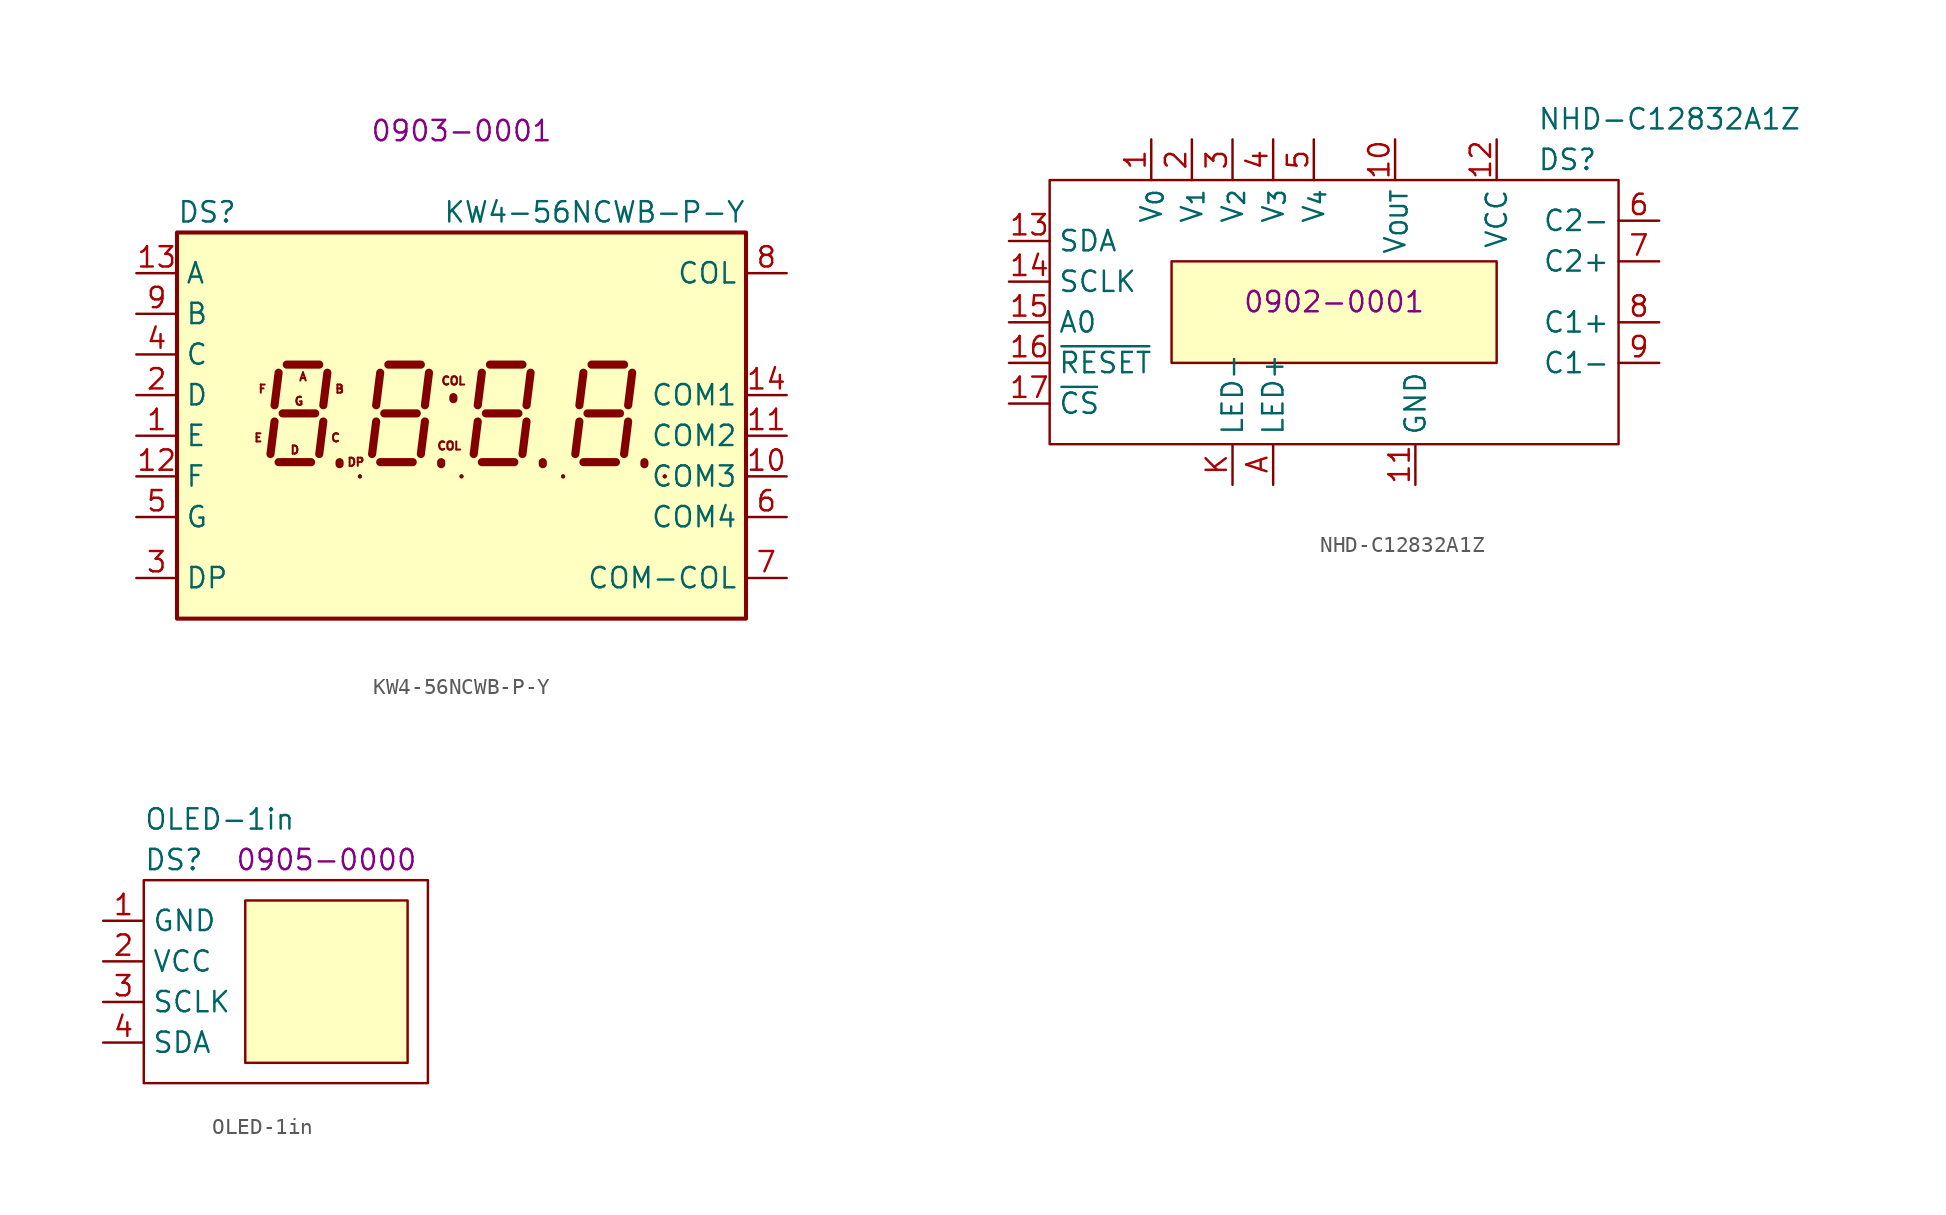
<source format=kicad_sym>
(kicad_symbol_lib
  (version 20211014)
  (generator kicad_symbol_editor)
  (symbol "KW4-56NCWB-P-Y"
    (property "Reference" "DS"
      (at -17.78 12.7 0)
      (effects (font (size 1.27 1.27)) (justify left)))
    (property "Value" "KW4-56NCWB-P-Y"
      (at 17.78 12.7 0)
      (effects (font (size 1.27 1.27)) (justify right)))
    (property "PartNumber" "0903-0001"
      (at 0 17.78 0)
      (effects (font (size 1.27 1.27))))
    (symbol "KW4-56NCWB-P-Y_0_0"
      (pin input line (at 20.32 -3.81 180) (length 2.54) (name "COM3" (effects (font (size 1.27 1.27)))) (number "10" (effects (font (size 1.27 1.27)))))
      (pin input line (at -20.32 -3.81 0) (length 2.54) (name "F" (effects (font (size 1.27 1.27)))) (number "12" (effects (font (size 1.27 1.27)))))
      (pin input line (at -20.32 8.89 0) (length 2.54) (name "A" (effects (font (size 1.27 1.27)))) (number "13" (effects (font (size 1.27 1.27))))))
    (symbol "KW4-56NCWB-P-Y_0_1"
      (rectangle (start -17.78 11.43) (end 17.78 -12.7) (stroke (width 0.254) (type default) (color 0 0 0 0)) (fill (type background)))
      (rectangle (start -6.35 -3.81) (end -6.35 -3.81) (stroke (width 0.254) (type default) (color 0 0 0 0)) (fill (type none)))
      (rectangle (start 0 -3.81) (end 0 -3.81) (stroke (width 0.254) (type default) (color 0 0 0 0)) (fill (type none)))
      (polyline (pts (xy -6.35 -3.81) (xy -6.35 -3.81)) (stroke (width 0.254) (type default) (color 0 0 0 0)) (fill (type none)))
      (polyline (pts (xy 0 -3.81) (xy 0 -3.81)) (stroke (width 0.254) (type default) (color 0 0 0 0)) (fill (type none)))
      (polyline (pts (xy 6.35 -3.81) (xy 6.35 -3.81)) (stroke (width 0.254) (type default) (color 0 0 0 0)) (fill (type none)))
      (polyline (pts (xy 12.7 -3.81) (xy 12.7 -3.81)) (stroke (width 0.254) (type default) (color 0 0 0 0)) (fill (type none)))
      (rectangle (start 6.35 -3.81) (end 6.35 -3.81) (stroke (width 0.254) (type default) (color 0 0 0 0)) (fill (type none)))
      (rectangle (start 12.7 -3.81) (end 12.7 -3.81) (stroke (width 0.254) (type default) (color 0 0 0 0)) (fill (type none))))
    (symbol "KW4-56NCWB-P-Y_1_0"
      (text "A" (at -9.906 2.413 0) (effects (font (size 0.508 0.508))))
      (text "B" (at -7.62 1.651 0) (effects (font (size 0.508 0.508))))
      (text "C" (at -7.874 -1.397 0) (effects (font (size 0.508 0.508))))
      (text "COL" (at -0.762 -1.905 0) (effects (font (size 0.508 0.508))))
      (text "COL" (at -0.508 2.159 0) (effects (font (size 0.508 0.508))))
      (text "D" (at -10.414 -2.159 0) (effects (font (size 0.508 0.508))))
      (text "DP" (at -6.604 -2.921 0) (effects (font (size 0.508 0.508))))
      (text "E" (at -12.7 -1.397 0) (effects (font (size 0.508 0.508))))
      (text "F" (at -12.446 1.651 0) (effects (font (size 0.508 0.508))))
      (text "G" (at -10.16 0.889 0) (effects (font (size 0.508 0.508)))))
    (symbol "KW4-56NCWB-P-Y_1_1"
      (polyline (pts (xy -11.684 -0.381) (xy -11.938 -2.413)) (stroke (width 0.508) (type default) (color 0 0 0 0)) (fill (type none)))
      (polyline (pts (xy -11.43 -2.921) (xy -9.398 -2.921)) (stroke (width 0.508) (type default) (color 0 0 0 0)) (fill (type none)))
      (polyline (pts (xy -11.43 2.667) (xy -11.684 0.635)) (stroke (width 0.508) (type default) (color 0 0 0 0)) (fill (type none)))
      (polyline (pts (xy -11.176 0.127) (xy -9.144 0.127)) (stroke (width 0.508) (type default) (color 0 0 0 0)) (fill (type none)))
      (polyline (pts (xy -10.922 3.175) (xy -8.89 3.175)) (stroke (width 0.508) (type default) (color 0 0 0 0)) (fill (type none)))
      (polyline (pts (xy -8.636 -0.381) (xy -8.89 -2.413)) (stroke (width 0.508) (type default) (color 0 0 0 0)) (fill (type none)))
      (polyline (pts (xy -8.382 2.667) (xy -8.636 0.635)) (stroke (width 0.508) (type default) (color 0 0 0 0)) (fill (type none)))
      (polyline (pts (xy -7.62 -3.048) (xy -7.62 -2.921)) (stroke (width 0.508) (type default) (color 0 0 0 0)) (fill (type none)))
      (polyline (pts (xy -5.334 -0.381) (xy -5.588 -2.413)) (stroke (width 0.508) (type default) (color 0 0 0 0)) (fill (type none)))
      (polyline (pts (xy -5.08 -2.921) (xy -3.048 -2.921)) (stroke (width 0.508) (type default) (color 0 0 0 0)) (fill (type none)))
      (polyline (pts (xy -5.08 2.667) (xy -5.334 0.635)) (stroke (width 0.508) (type default) (color 0 0 0 0)) (fill (type none)))
      (polyline (pts (xy -4.826 0.127) (xy -2.794 0.127)) (stroke (width 0.508) (type default) (color 0 0 0 0)) (fill (type none)))
      (polyline (pts (xy -4.572 3.175) (xy -2.54 3.175)) (stroke (width 0.508) (type default) (color 0 0 0 0)) (fill (type none)))
      (polyline (pts (xy -2.286 -0.381) (xy -2.54 -2.413)) (stroke (width 0.508) (type default) (color 0 0 0 0)) (fill (type none)))
      (polyline (pts (xy -2.032 2.667) (xy -2.286 0.635)) (stroke (width 0.508) (type default) (color 0 0 0 0)) (fill (type none)))
      (polyline (pts (xy -1.27 -3.048) (xy -1.27 -2.921)) (stroke (width 0.508) (type default) (color 0 0 0 0)) (fill (type none)))
      (polyline (pts (xy -0.508 1.016) (xy -0.508 1.143)) (stroke (width 0.508) (type default) (color 0 0 0 0)) (fill (type none)))
      (polyline (pts (xy 1.016 -0.381) (xy 0.762 -2.413)) (stroke (width 0.508) (type default) (color 0 0 0 0)) (fill (type none)))
      (polyline (pts (xy 1.27 -2.921) (xy 3.302 -2.921)) (stroke (width 0.508) (type default) (color 0 0 0 0)) (fill (type none)))
      (polyline (pts (xy 1.27 2.667) (xy 1.016 0.635)) (stroke (width 0.508) (type default) (color 0 0 0 0)) (fill (type none)))
      (polyline (pts (xy 1.524 0.127) (xy 3.556 0.127)) (stroke (width 0.508) (type default) (color 0 0 0 0)) (fill (type none)))
      (polyline (pts (xy 1.778 3.175) (xy 3.81 3.175)) (stroke (width 0.508) (type default) (color 0 0 0 0)) (fill (type none)))
      (polyline (pts (xy 4.064 -0.381) (xy 3.81 -2.413)) (stroke (width 0.508) (type default) (color 0 0 0 0)) (fill (type none)))
      (polyline (pts (xy 4.318 2.667) (xy 4.064 0.635)) (stroke (width 0.508) (type default) (color 0 0 0 0)) (fill (type none)))
      (polyline (pts (xy 5.08 -3.048) (xy 5.08 -2.921)) (stroke (width 0.508) (type default) (color 0 0 0 0)) (fill (type none)))
      (polyline (pts (xy 7.366 -0.381) (xy 7.112 -2.413)) (stroke (width 0.508) (type default) (color 0 0 0 0)) (fill (type none)))
      (polyline (pts (xy 7.62 -2.921) (xy 9.652 -2.921)) (stroke (width 0.508) (type default) (color 0 0 0 0)) (fill (type none)))
      (polyline (pts (xy 7.62 2.667) (xy 7.366 0.635)) (stroke (width 0.508) (type default) (color 0 0 0 0)) (fill (type none)))
      (polyline (pts (xy 7.874 0.127) (xy 9.906 0.127)) (stroke (width 0.508) (type default) (color 0 0 0 0)) (fill (type none)))
      (polyline (pts (xy 8.128 3.175) (xy 10.16 3.175)) (stroke (width 0.508) (type default) (color 0 0 0 0)) (fill (type none)))
      (polyline (pts (xy 10.414 -0.381) (xy 10.16 -2.413)) (stroke (width 0.508) (type default) (color 0 0 0 0)) (fill (type none)))
      (polyline (pts (xy 10.668 2.667) (xy 10.414 0.635)) (stroke (width 0.508) (type default) (color 0 0 0 0)) (fill (type none)))
      (polyline (pts (xy 11.43 -3.048) (xy 11.43 -2.921)) (stroke (width 0.508) (type default) (color 0 0 0 0)) (fill (type none)))
      (pin input line (at -20.32 -1.27 0) (length 2.54) (name "E" (effects (font (size 1.27 1.27)))) (number "1" (effects (font (size 1.27 1.27)))))
      (pin input line (at 20.32 -1.27 180) (length 2.54) (name "COM2" (effects (font (size 1.27 1.27)))) (number "11" (effects (font (size 1.27 1.27)))))
      (pin input line (at 20.32 1.27 180) (length 2.54) (name "COM1" (effects (font (size 1.27 1.27)))) (number "14" (effects (font (size 1.27 1.27)))))
      (pin input line (at -20.32 1.27 0) (length 2.54) (name "D" (effects (font (size 1.27 1.27)))) (number "2" (effects (font (size 1.27 1.27)))))
      (pin input line (at -20.32 -10.16 0) (length 2.54) (name "DP" (effects (font (size 1.27 1.27)))) (number "3" (effects (font (size 1.27 1.27)))))
      (pin input line (at -20.32 3.81 0) (length 2.54) (name "C" (effects (font (size 1.27 1.27)))) (number "4" (effects (font (size 1.27 1.27)))))
      (pin input line (at -20.32 -6.35 0) (length 2.54) (name "G" (effects (font (size 1.27 1.27)))) (number "5" (effects (font (size 1.27 1.27)))))
      (pin input line (at 20.32 -6.35 180) (length 2.54) (name "COM4" (effects (font (size 1.27 1.27)))) (number "6" (effects (font (size 1.27 1.27)))))
      (pin input line (at 20.32 -10.16 180) (length 2.54) (name "COM-COL" (effects (font (size 1.27 1.27)))) (number "7" (effects (font (size 1.27 1.27)))))
      (pin input line (at 20.32 8.89 180) (length 2.54) (name "COL" (effects (font (size 1.27 1.27)))) (number "8" (effects (font (size 1.27 1.27)))))
      (pin input line (at -20.32 6.35 0) (length 2.54) (name "B" (effects (font (size 1.27 1.27)))) (number "9" (effects (font (size 1.27 1.27)))))))
  (symbol "NHD-C12832A1Z"
    (property "Reference" "DS"
      (at 12.7 8.89 0)
      (effects (font (size 1.27 1.27)) (justify left)))
    (property "Value" "NHD-C12832A1Z"
      (at 12.7 11.43 0)
      (effects (font (size 1.27 1.27)) (justify left)))
    (property "PartNumber" "0902-0001"
      (at 0 0 0)
      (effects (font (size 1.27 1.27))))
    (symbol "NHD-C12832A1Z_0_0"
      (pin power_out line (at -11.43 10.16 270) (length 2.54) (name "V_{0}" (effects (font (size 1.27 1.27)))) (number "1" (effects (font (size 1.27 1.27)))))
      (pin power_out line (at 3.81 10.16 270) (length 2.54) (name "V_{OUT}" (effects (font (size 1.27 1.27)))) (number "10" (effects (font (size 1.27 1.27)))))
      (pin power_in line (at 5.08 -11.43 90) (length 2.54) (name "GND" (effects (font (size 1.27 1.27)))) (number "11" (effects (font (size 1.27 1.27)))))
      (pin power_in line (at 10.16 10.16 270) (length 2.54) (name "VCC" (effects (font (size 1.27 1.27)))) (number "12" (effects (font (size 1.27 1.27)))))
      (pin bidirectional line (at -20.32 3.81 0) (length 2.54) (name "SDA" (effects (font (size 1.27 1.27)))) (number "13" (effects (font (size 1.27 1.27)))))
      (pin input line (at -20.32 1.27 0) (length 2.54) (name "SCLK" (effects (font (size 1.27 1.27)))) (number "14" (effects (font (size 1.27 1.27)))))
      (pin input line (at -20.32 -1.27 0) (length 2.54) (name "A0" (effects (font (size 1.27 1.27)))) (number "15" (effects (font (size 1.27 1.27)))))
      (pin input line (at -20.32 -3.81 0) (length 2.54) (name "~{RESET}" (effects (font (size 1.27 1.27)))) (number "16" (effects (font (size 1.27 1.27)))))
      (pin input line (at -20.32 -6.35 0) (length 2.54) (name "~{CS}" (effects (font (size 1.27 1.27)))) (number "17" (effects (font (size 1.27 1.27)))))
      (pin power_out line (at -8.89 10.16 270) (length 2.54) (name "V_{1}" (effects (font (size 1.27 1.27)))) (number "2" (effects (font (size 1.27 1.27)))))
      (pin power_out line (at -6.35 10.16 270) (length 2.54) (name "V_{2}" (effects (font (size 1.27 1.27)))) (number "3" (effects (font (size 1.27 1.27)))))
      (pin power_out line (at -3.81 10.16 270) (length 2.54) (name "V_{3}" (effects (font (size 1.27 1.27)))) (number "4" (effects (font (size 1.27 1.27)))))
      (pin power_out line (at -1.27 10.16 270) (length 2.54) (name "V_{4}" (effects (font (size 1.27 1.27)))) (number "5" (effects (font (size 1.27 1.27)))))
      (pin power_in line (at 20.32 5.08 180) (length 2.54) (name "C2-" (effects (font (size 1.27 1.27)))) (number "6" (effects (font (size 1.27 1.27)))))
      (pin power_out line (at 20.32 2.54 180) (length 2.54) (name "C2+" (effects (font (size 1.27 1.27)))) (number "7" (effects (font (size 1.27 1.27)))))
      (pin power_in line (at 20.32 -1.27 180) (length 2.54) (name "C1+" (effects (font (size 1.27 1.27)))) (number "8" (effects (font (size 1.27 1.27)))))
      (pin power_out line (at 20.32 -3.81 180) (length 2.54) (name "C1-" (effects (font (size 1.27 1.27)))) (number "9" (effects (font (size 1.27 1.27)))))
      (pin passive line (at -3.81 -11.43 90) (length 2.54) (name "LED+" (effects (font (size 1.27 1.27)))) (number "A" (effects (font (size 1.27 1.27)))))
      (pin passive line (at -6.35 -11.43 90) (length 2.54) (name "LED-" (effects (font (size 1.27 1.27)))) (number "K" (effects (font (size 1.27 1.27))))))
    (symbol "NHD-C12832A1Z_0_1"
      (rectangle (start -17.78 7.62) (end 17.78 -8.89) (stroke (width 0) (type default) (color 0 0 0 0)) (fill (type none)))
      (rectangle (start -10.16 2.54) (end 10.16 -3.81) (stroke (width 0) (type default) (color 0 0 0 0)) (fill (type background)))))
  (symbol "OLED-1in"
    (property "Reference" "DS"
      (at 0 1.27 0)
      (effects (font (size 1.27 1.27)) (justify left)))
    (property "Value" "OLED-1in"
      (at 0 3.81 0)
      (effects (font (size 1.27 1.27)) (justify left)))
    (property "PartNumber" "0905-0000"
      (at 11.43 1.27 0)
      (effects (font (size 1.27 1.27))))
    (symbol "OLED-1in_0_0"
      (pin power_in line (at -2.54 -2.54 0) (length 2.54) (name "GND" (effects (font (size 1.27 1.27)))) (number "1" (effects (font (size 1.27 1.27)))))
      (pin power_in line (at -2.54 -5.08 0) (length 2.54) (name "VCC" (effects (font (size 1.27 1.27)))) (number "2" (effects (font (size 1.27 1.27)))))
      (pin input line (at -2.54 -7.62 0) (length 2.54) (name "SCLK" (effects (font (size 1.27 1.27)))) (number "3" (effects (font (size 1.27 1.27)))))
      (pin bidirectional line (at -2.54 -10.16 0) (length 2.54) (name "SDA" (effects (font (size 1.27 1.27)))) (number "4" (effects (font (size 1.27 1.27))))))
    (symbol "OLED-1in_0_1"
      (rectangle (start 0 0) (end 17.78 -12.7) (stroke (width 0) (type default) (color 0 0 0 0)) (fill (type none)))
      (rectangle (start 6.35 -1.27) (end 16.51 -11.43) (stroke (width 0) (type default) (color 0 0 0 0)) (fill (type background))))))
</source>
